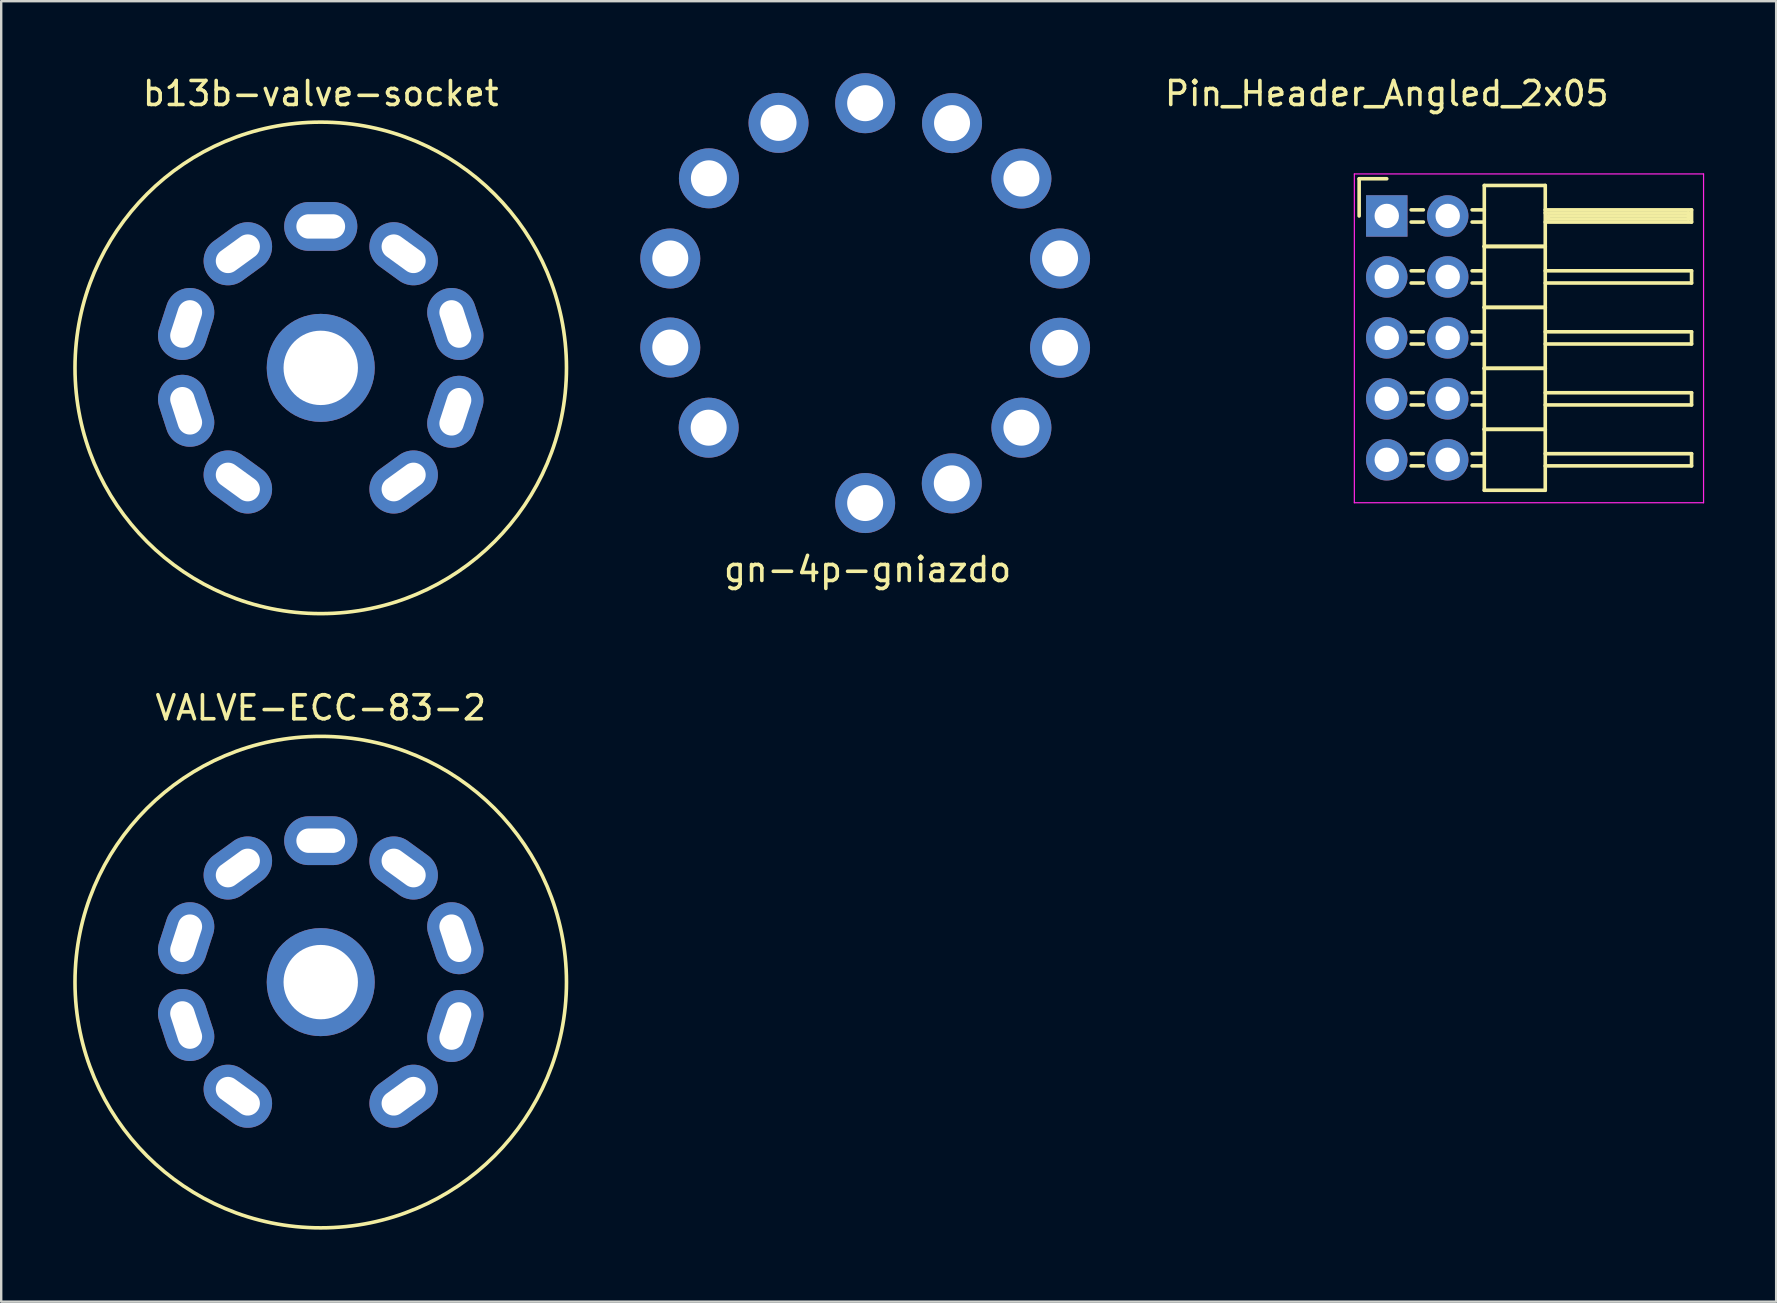
<source format=kicad_pcb>
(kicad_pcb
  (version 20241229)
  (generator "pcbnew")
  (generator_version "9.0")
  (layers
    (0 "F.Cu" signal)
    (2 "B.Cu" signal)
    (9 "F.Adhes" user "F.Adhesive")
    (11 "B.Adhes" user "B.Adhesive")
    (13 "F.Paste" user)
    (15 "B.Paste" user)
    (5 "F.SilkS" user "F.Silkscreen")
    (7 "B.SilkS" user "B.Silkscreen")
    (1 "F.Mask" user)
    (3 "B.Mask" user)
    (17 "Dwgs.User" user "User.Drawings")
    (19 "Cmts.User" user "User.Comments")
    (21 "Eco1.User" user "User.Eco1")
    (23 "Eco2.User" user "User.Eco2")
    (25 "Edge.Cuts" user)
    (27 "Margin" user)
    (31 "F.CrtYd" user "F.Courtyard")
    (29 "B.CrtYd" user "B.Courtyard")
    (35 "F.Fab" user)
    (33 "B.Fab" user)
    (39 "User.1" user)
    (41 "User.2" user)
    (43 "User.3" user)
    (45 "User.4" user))
  (footprint "b13b-valve-socket"
    (layer "F.Cu")
    (at 10.314 12.278)
    (property "Reference" "b13b-valve-socket" (at 0 -11.43 0) (layer "F.SilkS") (effects (font (size 1 1) (thickness 0.15))))
    (attr through_hole)
    (fp_circle (center 0 0) (end 10.16 1.27) (stroke (width 0.15) (type solid)) (fill no) (layer "F.SilkS"))
    (pad "1" thru_hole oval (at 3.454 4.755 306) (size 2.032 3.048) (drill oval 1.016 2.032) (layers "*.Cu" "*.Mask"))
    (pad "2" thru_hole circle (at 0 0) (size 4.501 4.501) (drill 3.099) (layers "*.Cu" "*.Mask"))
    (pad "2" thru_hole oval (at 5.608 1.829 342) (size 2.032 3.048) (drill oval 1.016 2.032) (layers "*.Cu" "*.Mask"))
    (pad "3" thru_hole oval (at 5.608 -1.829 18) (size 2.032 3.048) (drill oval 1.016 2.032) (layers "*.Cu" "*.Mask"))
    (pad "4" thru_hole oval (at 3.454 -4.755 54) (size 2.032 3.048) (drill oval 1.016 2.032) (layers "*.Cu" "*.Mask"))
    (pad "5" thru_hole oval (at 0 -5.893 90) (size 2.032 3.048) (drill oval 1.016 2.032) (layers "*.Cu" "*.Mask"))
    (pad "6" thru_hole oval (at -3.454 -4.755 306) (size 2.032 3.048) (drill oval 1.016 2.032) (layers "*.Cu" "*.Mask"))
    (pad "7" thru_hole oval (at -5.608 -1.829 342) (size 2.032 3.048) (drill oval 1.016 2.032) (layers "*.Cu" "*.Mask"))
    (pad "8" thru_hole oval (at -5.608 1.788 18) (size 2.032 3.048) (drill oval 1.016 2.032) (layers "*.Cu" "*.Mask"))
    (pad "9" thru_hole oval (at -3.454 4.755 54) (size 2.032 3.048) (drill oval 1.016 2.032) (layers "*.Cu" "*.Mask")))
  (footprint "Pin_Header_Angled_2x05"
    (layer "F.Cu")
    (at 54.731 5.948)
    (property "Reference" "Pin_Header_Angled_2x05" (at 0 -5.1 0) (layer "F.SilkS") (effects (font (size 1 1) (thickness 0.15))))
    (attr through_hole)
    (fp_line (start -1.15 -1.55) (end -1.15 0) (stroke (width 0.15) (type solid)) (layer "F.SilkS"))
    (fp_line (start 0 -1.55) (end -1.15 -1.55) (stroke (width 0.15) (type solid)) (layer "F.SilkS"))
    (fp_line (start 1.524 -0.254) (end 1.016 -0.254) (stroke (width 0.15) (type solid)) (layer "F.SilkS"))
    (fp_line (start 1.524 0.254) (end 1.016 0.254) (stroke (width 0.15) (type solid)) (layer "F.SilkS"))
    (fp_line (start 1.524 2.286) (end 1.016 2.286) (stroke (width 0.15) (type solid)) (layer "F.SilkS"))
    (fp_line (start 1.524 2.794) (end 1.016 2.794) (stroke (width 0.15) (type solid)) (layer "F.SilkS"))
    (fp_line (start 1.524 4.826) (end 1.016 4.826) (stroke (width 0.15) (type solid)) (layer "F.SilkS"))
    (fp_line (start 1.524 5.334) (end 1.016 5.334) (stroke (width 0.15) (type solid)) (layer "F.SilkS"))
    (fp_line (start 1.524 7.366) (end 1.016 7.366) (stroke (width 0.15) (type solid)) (layer "F.SilkS"))
    (fp_line (start 1.524 7.874) (end 1.016 7.874) (stroke (width 0.15) (type solid)) (layer "F.SilkS"))
    (fp_line (start 1.524 9.906) (end 1.016 9.906) (stroke (width 0.15) (type solid)) (layer "F.SilkS"))
    (fp_line (start 1.524 10.414) (end 1.016 10.414) (stroke (width 0.15) (type solid)) (layer "F.SilkS"))
    (fp_line (start 4.064 -1.27) (end 4.064 1.27) (stroke (width 0.15) (type solid)) (layer "F.SilkS"))
    (fp_line (start 4.064 -1.27) (end 6.604 -1.27) (stroke (width 0.15) (type solid)) (layer "F.SilkS"))
    (fp_line (start 4.064 -0.254) (end 3.556 -0.254) (stroke (width 0.15) (type solid)) (layer "F.SilkS"))
    (fp_line (start 4.064 0.254) (end 3.556 0.254) (stroke (width 0.15) (type solid)) (layer "F.SilkS"))
    (fp_line (start 4.064 1.27) (end 4.064 3.81) (stroke (width 0.15) (type solid)) (layer "F.SilkS"))
    (fp_line (start 4.064 1.27) (end 6.604 1.27) (stroke (width 0.15) (type solid)) (layer "F.SilkS"))
    (fp_line (start 4.064 1.27) (end 6.604 1.27) (stroke (width 0.15) (type solid)) (layer "F.SilkS"))
    (fp_line (start 4.064 2.286) (end 3.556 2.286) (stroke (width 0.15) (type solid)) (layer "F.SilkS"))
    (fp_line (start 4.064 2.794) (end 3.556 2.794) (stroke (width 0.15) (type solid)) (layer "F.SilkS"))
    (fp_line (start 4.064 3.81) (end 4.064 6.35) (stroke (width 0.15) (type solid)) (layer "F.SilkS"))
    (fp_line (start 4.064 3.81) (end 6.604 3.81) (stroke (width 0.15) (type solid)) (layer "F.SilkS"))
    (fp_line (start 4.064 3.81) (end 6.604 3.81) (stroke (width 0.15) (type solid)) (layer "F.SilkS"))
    (fp_line (start 4.064 4.826) (end 3.556 4.826) (stroke (width 0.15) (type solid)) (layer "F.SilkS"))
    (fp_line (start 4.064 5.334) (end 3.556 5.334) (stroke (width 0.15) (type solid)) (layer "F.SilkS"))
    (fp_line (start 4.064 6.35) (end 4.064 8.89) (stroke (width 0.15) (type solid)) (layer "F.SilkS"))
    (fp_line (start 4.064 6.35) (end 6.604 6.35) (stroke (width 0.15) (type solid)) (layer "F.SilkS"))
    (fp_line (start 4.064 6.35) (end 6.604 6.35) (stroke (width 0.15) (type solid)) (layer "F.SilkS"))
    (fp_line (start 4.064 7.366) (end 3.556 7.366) (stroke (width 0.15) (type solid)) (layer "F.SilkS"))
    (fp_line (start 4.064 7.874) (end 3.556 7.874) (stroke (width 0.15) (type solid)) (layer "F.SilkS"))
    (fp_line (start 4.064 8.89) (end 4.064 11.43) (stroke (width 0.15) (type solid)) (layer "F.SilkS"))
    (fp_line (start 4.064 8.89) (end 6.604 8.89) (stroke (width 0.15) (type solid)) (layer "F.SilkS"))
    (fp_line (start 4.064 8.89) (end 6.604 8.89) (stroke (width 0.15) (type solid)) (layer "F.SilkS"))
    (fp_line (start 4.064 9.906) (end 3.556 9.906) (stroke (width 0.15) (type solid)) (layer "F.SilkS"))
    (fp_line (start 4.064 10.414) (end 3.556 10.414) (stroke (width 0.15) (type solid)) (layer "F.SilkS"))
    (fp_line (start 4.064 11.43) (end 6.604 11.43) (stroke (width 0.15) (type solid)) (layer "F.SilkS"))
    (fp_line (start 6.604 -0.254) (end 12.7 -0.254) (stroke (width 0.15) (type solid)) (layer "F.SilkS"))
    (fp_line (start 6.604 -0.127) (end 12.573 -0.127) (stroke (width 0.15) (type solid)) (layer "F.SilkS"))
    (fp_line (start 6.604 1.27) (end 6.604 -1.27) (stroke (width 0.15) (type solid)) (layer "F.SilkS"))
    (fp_line (start 6.604 2.286) (end 12.7 2.286) (stroke (width 0.15) (type solid)) (layer "F.SilkS"))
    (fp_line (start 6.604 3.81) (end 6.604 1.27) (stroke (width 0.15) (type solid)) (layer "F.SilkS"))
    (fp_line (start 6.604 4.826) (end 12.7 4.826) (stroke (width 0.15) (type solid)) (layer "F.SilkS"))
    (fp_line (start 6.604 6.35) (end 6.604 3.81) (stroke (width 0.15) (type solid)) (layer "F.SilkS"))
    (fp_line (start 6.604 7.366) (end 12.7 7.366) (stroke (width 0.15) (type solid)) (layer "F.SilkS"))
    (fp_line (start 6.604 8.89) (end 6.604 6.35) (stroke (width 0.15) (type solid)) (layer "F.SilkS"))
    (fp_line (start 6.604 9.906) (end 12.7 9.906) (stroke (width 0.15) (type solid)) (layer "F.SilkS"))
    (fp_line (start 6.604 11.43) (end 6.604 8.89) (stroke (width 0.15) (type solid)) (layer "F.SilkS"))
    (fp_line (start 6.731 0) (end 12.573 0) (stroke (width 0.15) (type solid)) (layer "F.SilkS"))
    (fp_line (start 6.731 0.127) (end 6.731 0) (stroke (width 0.15) (type solid)) (layer "F.SilkS"))
    (fp_line (start 12.573 -0.127) (end 12.573 0.127) (stroke (width 0.15) (type solid)) (layer "F.SilkS"))
    (fp_line (start 12.573 0.127) (end 6.731 0.127) (stroke (width 0.15) (type solid)) (layer "F.SilkS"))
    (fp_line (start 12.7 -0.254) (end 12.7 0.254) (stroke (width 0.15) (type solid)) (layer "F.SilkS"))
    (fp_line (start 12.7 0.254) (end 6.604 0.254) (stroke (width 0.15) (type solid)) (layer "F.SilkS"))
    (fp_line (start 12.7 2.286) (end 12.7 2.794) (stroke (width 0.15) (type solid)) (layer "F.SilkS"))
    (fp_line (start 12.7 2.794) (end 6.604 2.794) (stroke (width 0.15) (type solid)) (layer "F.SilkS"))
    (fp_line (start 12.7 4.826) (end 12.7 5.334) (stroke (width 0.15) (type solid)) (layer "F.SilkS"))
    (fp_line (start 12.7 5.334) (end 6.604 5.334) (stroke (width 0.15) (type solid)) (layer "F.SilkS"))
    (fp_line (start 12.7 7.366) (end 12.7 7.874) (stroke (width 0.15) (type solid)) (layer "F.SilkS"))
    (fp_line (start 12.7 7.874) (end 6.604 7.874) (stroke (width 0.15) (type solid)) (layer "F.SilkS"))
    (fp_line (start 12.7 9.906) (end 12.7 10.414) (stroke (width 0.15) (type solid)) (layer "F.SilkS"))
    (fp_line (start 12.7 10.414) (end 6.604 10.414) (stroke (width 0.15) (type solid)) (layer "F.SilkS"))
    (fp_line (start -1.35 -1.75) (end -1.35 11.95) (stroke (width 0.05) (type solid)) (layer "F.CrtYd"))
    (fp_line (start -1.35 -1.75) (end 13.2 -1.75) (stroke (width 0.05) (type solid)) (layer "F.CrtYd"))
    (fp_line (start -1.35 11.95) (end 13.2 11.95) (stroke (width 0.05) (type solid)) (layer "F.CrtYd"))
    (fp_line (start 13.2 -1.75) (end 13.2 11.95) (stroke (width 0.05) (type solid)) (layer "F.CrtYd"))
    (pad "1" thru_hole oval (at 2.54 0) (size 1.727 1.727) (drill 1.016) (layers "*.Cu" "*.Mask"))
    (pad "2" thru_hole rect (at 0 0) (size 1.727 1.727) (drill 1.016) (layers "*.Cu" "*.Mask"))
    (pad "3" thru_hole oval (at 2.54 2.54) (size 1.727 1.727) (drill 1.016) (layers "*.Cu" "*.Mask"))
    (pad "4" thru_hole oval (at 0 2.54) (size 1.727 1.727) (drill 1.016) (layers "*.Cu" "*.Mask"))
    (pad "5" thru_hole oval (at 2.54 5.08) (size 1.727 1.727) (drill 1.016) (layers "*.Cu" "*.Mask"))
    (pad "6" thru_hole oval (at 0 5.08) (size 1.727 1.727) (drill 1.016) (layers "*.Cu" "*.Mask"))
    (pad "7" thru_hole oval (at 2.54 7.62) (size 1.727 1.727) (drill 1.016) (layers "*.Cu" "*.Mask"))
    (pad "8" thru_hole oval (at 0 7.62) (size 1.727 1.727) (drill 1.016) (layers "*.Cu" "*.Mask"))
    (pad "9" thru_hole oval (at 2.54 10.16) (size 1.727 1.727) (drill 1.016) (layers "*.Cu" "*.Mask"))
    (pad "10" thru_hole oval (at 0 10.16) (size 1.727 1.727) (drill 1.016) (layers "*.Cu" "*.Mask")))
  (footprint "VALVE-ECC-83-2"
    (layer "F.Cu")
    (at 10.314 37.871)
    (property "Reference" "VALVE-ECC-83-2" (at 0 -11.43 0) (layer "F.SilkS") (effects (font (size 1 1) (thickness 0.15))))
    (attr through_hole)
    (fp_circle (center 0 0) (end 10.16 1.27) (stroke (width 0.15) (type solid)) (fill no) (layer "F.SilkS"))
    (pad "1" thru_hole oval (at 3.454 4.755 306) (size 2.032 3.048) (drill oval 1.016 2.032) (layers "*.Cu" "*.Mask"))
    (pad "2" thru_hole circle (at 0 0) (size 4.501 4.501) (drill 3.099) (layers "*.Cu" "*.Mask"))
    (pad "2" thru_hole oval (at 5.608 1.829 342) (size 2.032 3.048) (drill oval 1.016 2.032) (layers "*.Cu" "*.Mask"))
    (pad "3" thru_hole oval (at 5.608 -1.829 18) (size 2.032 3.048) (drill oval 1.016 2.032) (layers "*.Cu" "*.Mask"))
    (pad "4" thru_hole oval (at 3.454 -4.755 54) (size 2.032 3.048) (drill oval 1.016 2.032) (layers "*.Cu" "*.Mask"))
    (pad "5" thru_hole oval (at 0 -5.893 90) (size 2.032 3.048) (drill oval 1.016 2.032) (layers "*.Cu" "*.Mask"))
    (pad "6" thru_hole oval (at -3.454 -4.755 306) (size 2.032 3.048) (drill oval 1.016 2.032) (layers "*.Cu" "*.Mask"))
    (pad "7" thru_hole oval (at -5.608 -1.829 342) (size 2.032 3.048) (drill oval 1.016 2.032) (layers "*.Cu" "*.Mask"))
    (pad "8" thru_hole oval (at -5.608 1.788 18) (size 2.032 3.048) (drill oval 1.016 2.032) (layers "*.Cu" "*.Mask"))
    (pad "9" thru_hole oval (at -3.454 4.755 54) (size 2.032 3.048) (drill oval 1.016 2.032) (layers "*.Cu" "*.Mask")))
  (footprint "gn-4p-gniazdo"
    (layer "F.Cu")
    (at 32.998 9.58)
    (property "Reference" "gn-4p-gniazdo" (at 0.1 11.1 0) (layer "F.SilkS") (effects (font (size 1 1) (thickness 0.15))))
    (attr through_hole)
    (pad "1" thru_hole circle (at 0 8.33 25.71) (size 2.5 2.5) (drill 1.5) (layers "*.Cu" "*.Mask"))
    (pad "2" thru_hole circle (at 3.61 7.51) (size 2.5 2.5) (drill 1.5) (layers "*.Cu" "*.Mask"))
    (pad "3" thru_hole circle (at 6.51 5.19) (size 2.5 2.5) (drill 1.5) (layers "*.Cu" "*.Mask"))
    (pad "4" thru_hole circle (at 8.12 1.86) (size 2.5 2.5) (drill 1.5) (layers "*.Cu" "*.Mask"))
    (pad "5" thru_hole circle (at 8.12 -1.86) (size 2.5 2.5) (drill 1.5) (layers "*.Cu" "*.Mask"))
    (pad "6" thru_hole circle (at 6.51 -5.19) (size 2.5 2.5) (drill 1.5) (layers "*.Cu" "*.Mask"))
    (pad "7" thru_hole circle (at 3.62 -7.5) (size 2.5 2.5) (drill 1.5) (layers "*.Cu" "*.Mask"))
    (pad "8" thru_hole circle (at 0 -8.33) (size 2.5 2.5) (drill 1.5) (layers "*.Cu" "*.Mask"))
    (pad "9" thru_hole circle (at -3.61 -7.51) (size 2.5 2.5) (drill 1.5) (layers "*.Cu" "*.Mask"))
    (pad "10" thru_hole circle (at -6.51 -5.2) (size 2.5 2.5) (drill 1.5) (layers "*.Cu" "*.Mask"))
    (pad "11" thru_hole circle (at -8.12 -1.86) (size 2.5 2.5) (drill 1.5) (layers "*.Cu" "*.Mask"))
    (pad "12" thru_hole circle (at -8.12 1.85) (size 2.5 2.5) (drill 1.5) (layers "*.Cu" "*.Mask"))
    (pad "13" thru_hole circle (at -6.52 5.19) (size 2.5 2.5) (drill 1.5) (layers "*.Cu" "*.Mask")))
  (gr_rect
    (start -3 -3)
    (end 70.956 51.185)
    (stroke (width 0.1) (type default))
    (fill no)
    (layer "Edge.Cuts")))
</source>
